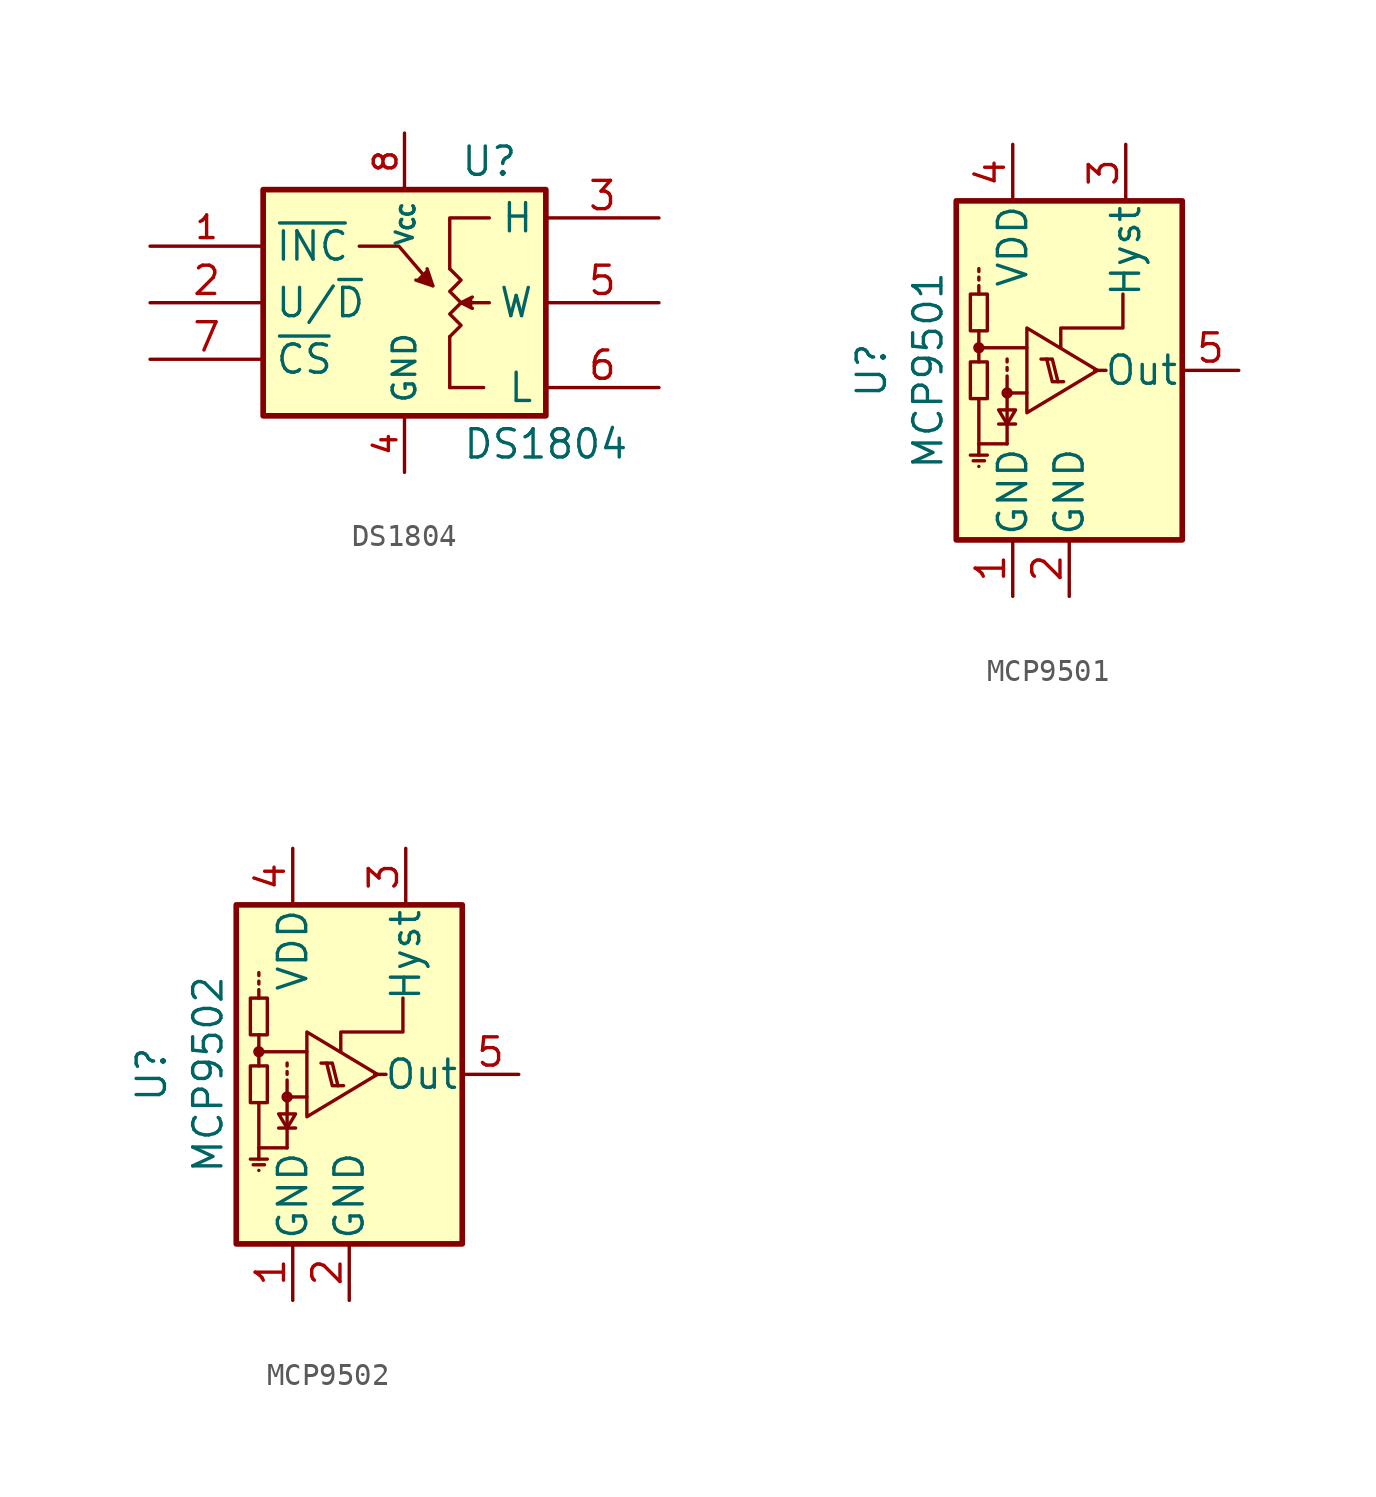
<source format=kicad_sym>
(kicad_symbol_lib
  (version 20241209)
  (generator "kicad_symbol_editor")
  (generator_version "9.0")
  (symbol "DS1804"
    (property "Reference" "U"
      (at 3.81 6.35 0)
      (effects (font (size 1.27 1.27))))
    (property "Value" "DS1804"
      (at 6.35 -6.35 0)
      (effects (font (size 1.27 1.27))))
    (symbol "DS1804_0_1"
      (rectangle (start -6.35 5.08) (end 6.35 -5.08) (stroke (width 0.254) (type default)) (fill (type background)))
      (polyline (pts (xy -2.032 2.54) (xy -0.254 2.54) (xy 1.27 0.762)) (stroke (width 0) (type default)) (fill (type none)))
      (polyline (pts (xy 1.016 1.524) (xy 1.27 0.762) (xy 0.508 1.016)) (stroke (width 0) (type default)) (fill (type outline)))
      (polyline (pts (xy 2.032 1.524) (xy 2.032 3.81) (xy 3.81 3.81)) (stroke (width 0) (type default)) (fill (type none)))
      (polyline (pts (xy 2.032 -1.524) (xy 2.032 -3.81)) (stroke (width 0) (type default)) (fill (type none)))
      (polyline (pts (xy 2.54 0) (xy 2.032 0.508) (xy 2.54 1.016) (xy 2.032 1.524)) (stroke (width 0) (type default)) (fill (type none)))
      (polyline (pts (xy 2.54 0) (xy 2.032 -0.508) (xy 2.54 -1.016) (xy 2.032 -1.524) (xy 2.032 -1.524)) (stroke (width 0) (type default)) (fill (type none)))
      (polyline (pts (xy 3.048 -0.254) (xy 2.54 0) (xy 3.048 0.254)) (stroke (width 0) (type default)) (fill (type outline)))
      (polyline (pts (xy 3.556 -3.81) (xy 2.032 -3.81)) (stroke (width 0) (type default)) (fill (type none)))
      (polyline (pts (xy 3.81 0) (xy 3.048 0)) (stroke (width 0) (type default)) (fill (type none))))
    (symbol "DS1804_1_1"
      (pin input line (at -11.43 2.54 0) (length 5.08) (name "~{INC}" (effects (font (size 1.27 1.27)))) (number "1" (effects (font (size 1.016 1.016)))))
      (pin input line (at -11.43 0 0) (length 5.08) (name "U/~{D}" (effects (font (size 1.27 1.27)))) (number "2" (effects (font (size 1.27 1.27)))))
      (pin input line (at -11.43 -2.54 0) (length 5.08) (name "~{CS}" (effects (font (size 1.27 1.27)))) (number "7" (effects (font (size 1.27 1.27)))))
      (pin power_in line (at 0 7.62 270) (length 2.54) (name "V_{CC}" (effects (font (size 0.762 0.762)))) (number "8" (effects (font (size 1.016 1.016)))))
      (pin power_in line (at 0 -7.62 90) (length 2.54) (name "GND" (effects (font (size 1.016 1.016)))) (number "4" (effects (font (size 1.016 1.016)))))
      (pin passive line (at 11.43 3.81 180) (length 5.08) (name "H" (effects (font (size 1.27 1.27)))) (number "3" (effects (font (size 1.27 1.27)))))
      (pin passive line (at 11.43 0 180) (length 5.08) (name "W" (effects (font (size 1.27 1.27)))) (number "5" (effects (font (size 1.27 1.27)))))
      (pin passive line (at 11.43 -3.81 180) (length 5.08) (name "L" (effects (font (size 1.27 1.27)))) (number "6" (effects (font (size 1.27 1.27)))))))
  (symbol "MCP9501"
    (pin_names
      (offset 0.127))
    (property "Reference" "U"
      (at -6.35 0 90)
      (effects (font (size 1.27 1.27))))
    (property "Value" "MCP9501"
      (at -3.81 0 90)
      (effects (font (size 1.27 1.27))))
    (symbol "MCP9501_0_1"
      (rectangle (start -2.54 7.62) (end 7.62 -7.62) (stroke (width 0.254) (type default)) (fill (type background)))
      (rectangle (start -1.905 3.429) (end -1.143 1.778) (stroke (width 0) (type default)) (fill (type none)))
      (rectangle (start -1.905 0.381) (end -1.143 -1.27) (stroke (width 0) (type default)) (fill (type none)))
      (polyline (pts (xy -1.905 -3.81) (xy -1.143 -3.81)) (stroke (width 0) (type default)) (fill (type none)))
      (polyline (pts (xy -1.778 -4.064) (xy -1.27 -4.064)) (stroke (width 0) (type default)) (fill (type none)))
      (polyline (pts (xy -1.524 4.445) (xy -1.524 4.572)) (stroke (width 0) (type default)) (fill (type none)))
      (polyline (pts (xy -1.524 4.064) (xy -1.524 4.191)) (stroke (width 0) (type default)) (fill (type none)))
      (polyline (pts (xy -1.524 3.429) (xy -1.524 3.81)) (stroke (width 0) (type default)) (fill (type none)))
      (circle (center -1.524 1.016) (radius 0.178) (stroke (width 0) (type default)) (fill (type outline)))
      (polyline (pts (xy -1.524 1.016) (xy -1.524 0.381)) (stroke (width 0) (type default)) (fill (type none)))
      (polyline (pts (xy -1.524 -1.27) (xy -1.524 -3.302) (xy -0.254 -3.302)) (stroke (width 0) (type default)) (fill (type none)))
      (polyline (pts (xy -1.524 -3.302) (xy -1.524 -3.81)) (stroke (width 0) (type default)) (fill (type none)))
      (polyline (pts (xy -1.524 -4.318) (xy -1.524 -4.318)) (stroke (width 0) (type default)) (fill (type none)))
      (polyline (pts (xy -0.635 -2.413) (xy 0.127 -2.413)) (stroke (width 0) (type default)) (fill (type none)))
      (polyline (pts (xy -0.254 0.381) (xy -0.254 0.508)) (stroke (width 0) (type default)) (fill (type none)))
      (polyline (pts (xy -0.254 0) (xy -0.254 0.127)) (stroke (width 0) (type default)) (fill (type none)))
      (circle (center -0.254 -1.016) (radius 0.178) (stroke (width 0) (type default)) (fill (type outline)))
      (polyline (pts (xy -0.254 -1.016) (xy -0.254 -0.381) (xy -0.254 -0.254)) (stroke (width 0) (type default)) (fill (type none)))
      (polyline (pts (xy 0.127 -1.778) (xy -0.635 -1.778) (xy -0.254 -2.413) (xy 0.127 -1.778)) (stroke (width 0) (type default)) (fill (type none)))
      (polyline (pts (xy 0.635 1.016) (xy -1.524 1.016) (xy -1.524 1.778)) (stroke (width 0) (type default)) (fill (type none)))
      (polyline (pts (xy 0.635 -1.016) (xy -0.254 -1.016) (xy -0.254 -3.302)) (stroke (width 0) (type default)) (fill (type none)))
      (polyline (pts (xy 1.27 0.508) (xy 1.778 0.508) (xy 2.032 -0.508) (xy 2.286 -0.508)) (stroke (width 0) (type default)) (fill (type none)))
      (polyline (pts (xy 1.524 0.508) (xy 1.778 -0.508) (xy 2.032 -0.508)) (stroke (width 0) (type default)) (fill (type none)))
      (polyline (pts (xy 3.683 0) (xy 4.191 0)) (stroke (width 0) (type default)) (fill (type none)))
      (polyline (pts (xy 3.81 0) (xy 0.635 1.905) (xy 0.635 -1.905) (xy 3.81 0)) (stroke (width 0) (type default)) (fill (type none)))
      (polyline (pts (xy 4.953 3.429) (xy 4.953 1.905) (xy 2.159 1.905) (xy 2.159 1.016)) (stroke (width 0) (type default)) (fill (type none))))
    (symbol "MCP9501_1_1"
      (pin power_in line (at 0 10.16 270) (length 2.54) (name "VDD" (effects (font (size 1.27 1.27)))) (number "4" (effects (font (size 1.27 1.27)))))
      (pin power_in line (at 0 -10.16 90) (length 2.54) (name "GND" (effects (font (size 1.27 1.27)))) (number "1" (effects (font (size 1.27 1.27)))))
      (pin power_in line (at 2.54 -10.16 90) (length 2.54) (name "GND" (effects (font (size 1.27 1.27)))) (number "2" (effects (font (size 1.27 1.27)))))
      (pin input line (at 5.08 10.16 270) (length 2.54) (name "Hyst" (effects (font (size 1.27 1.27)))) (number "3" (effects (font (size 1.27 1.27)))))
      (pin open_collector line (at 10.16 0 180) (length 2.54) (name "Out" (effects (font (size 1.27 1.27)))) (number "5" (effects (font (size 1.27 1.27)))))))
  (symbol "MCP9502"
    (pin_names
      (offset 0.127))
    (property "Reference" "U"
      (at -6.35 0 90)
      (effects (font (size 1.27 1.27))))
    (property "Value" "MCP9502"
      (at -3.81 0 90)
      (effects (font (size 1.27 1.27))))
    (symbol "MCP9502_0_1"
      (rectangle (start -2.54 7.62) (end 7.62 -7.62) (stroke (width 0.254) (type default)) (fill (type background)))
      (rectangle (start -1.905 3.429) (end -1.143 1.778) (stroke (width 0) (type default)) (fill (type none)))
      (rectangle (start -1.905 0.381) (end -1.143 -1.27) (stroke (width 0) (type default)) (fill (type none)))
      (polyline (pts (xy -1.905 -3.81) (xy -1.143 -3.81)) (stroke (width 0) (type default)) (fill (type none)))
      (polyline (pts (xy -1.778 -4.064) (xy -1.27 -4.064)) (stroke (width 0) (type default)) (fill (type none)))
      (polyline (pts (xy -1.524 4.445) (xy -1.524 4.572)) (stroke (width 0) (type default)) (fill (type none)))
      (polyline (pts (xy -1.524 4.064) (xy -1.524 4.191)) (stroke (width 0) (type default)) (fill (type none)))
      (polyline (pts (xy -1.524 3.429) (xy -1.524 3.81)) (stroke (width 0) (type default)) (fill (type none)))
      (circle (center -1.524 1.016) (radius 0.178) (stroke (width 0) (type default)) (fill (type outline)))
      (polyline (pts (xy -1.524 1.016) (xy -1.524 0.381)) (stroke (width 0) (type default)) (fill (type none)))
      (polyline (pts (xy -1.524 -1.27) (xy -1.524 -3.302) (xy -0.254 -3.302)) (stroke (width 0) (type default)) (fill (type none)))
      (polyline (pts (xy -1.524 -3.302) (xy -1.524 -3.81)) (stroke (width 0) (type default)) (fill (type none)))
      (polyline (pts (xy -1.524 -4.318) (xy -1.524 -4.318)) (stroke (width 0) (type default)) (fill (type none)))
      (polyline (pts (xy -0.635 -2.413) (xy 0.127 -2.413)) (stroke (width 0) (type default)) (fill (type none)))
      (polyline (pts (xy -0.254 0.381) (xy -0.254 0.508)) (stroke (width 0) (type default)) (fill (type none)))
      (polyline (pts (xy -0.254 0) (xy -0.254 0.127)) (stroke (width 0) (type default)) (fill (type none)))
      (circle (center -0.254 -1.016) (radius 0.178) (stroke (width 0) (type default)) (fill (type outline)))
      (polyline (pts (xy -0.254 -1.016) (xy -0.254 -0.381) (xy -0.254 -0.254)) (stroke (width 0) (type default)) (fill (type none)))
      (polyline (pts (xy 0.127 -1.778) (xy -0.635 -1.778) (xy -0.254 -2.413) (xy 0.127 -1.778)) (stroke (width 0) (type default)) (fill (type none)))
      (polyline (pts (xy 0.635 1.016) (xy -1.524 1.016) (xy -1.524 1.778)) (stroke (width 0) (type default)) (fill (type none)))
      (polyline (pts (xy 0.635 -1.016) (xy -0.254 -1.016) (xy -0.254 -3.302)) (stroke (width 0) (type default)) (fill (type none)))
      (polyline (pts (xy 1.27 0.508) (xy 1.778 0.508) (xy 2.032 -0.508) (xy 2.286 -0.508)) (stroke (width 0) (type default)) (fill (type none)))
      (polyline (pts (xy 1.524 0.508) (xy 1.778 -0.508) (xy 2.032 -0.508)) (stroke (width 0) (type default)) (fill (type none)))
      (polyline (pts (xy 3.683 0) (xy 4.191 0)) (stroke (width 0) (type default)) (fill (type none)))
      (polyline (pts (xy 3.81 0) (xy 0.635 1.905) (xy 0.635 -1.905) (xy 3.81 0)) (stroke (width 0) (type default)) (fill (type none)))
      (polyline (pts (xy 4.953 3.429) (xy 4.953 1.905) (xy 2.159 1.905) (xy 2.159 1.016)) (stroke (width 0) (type default)) (fill (type none))))
    (symbol "MCP9502_1_1"
      (pin power_in line (at 0 10.16 270) (length 2.54) (name "VDD" (effects (font (size 1.27 1.27)))) (number "4" (effects (font (size 1.27 1.27)))))
      (pin power_in line (at 0 -10.16 90) (length 2.54) (name "GND" (effects (font (size 1.27 1.27)))) (number "1" (effects (font (size 1.27 1.27)))))
      (pin power_in line (at 2.54 -10.16 90) (length 2.54) (name "GND" (effects (font (size 1.27 1.27)))) (number "2" (effects (font (size 1.27 1.27)))))
      (pin input line (at 5.08 10.16 270) (length 2.54) (name "Hyst" (effects (font (size 1.27 1.27)))) (number "3" (effects (font (size 1.27 1.27)))))
      (pin output line (at 10.16 0 180) (length 2.54) (name "Out" (effects (font (size 1.27 1.27)))) (number "5" (effects (font (size 1.27 1.27))))))))
</source>
